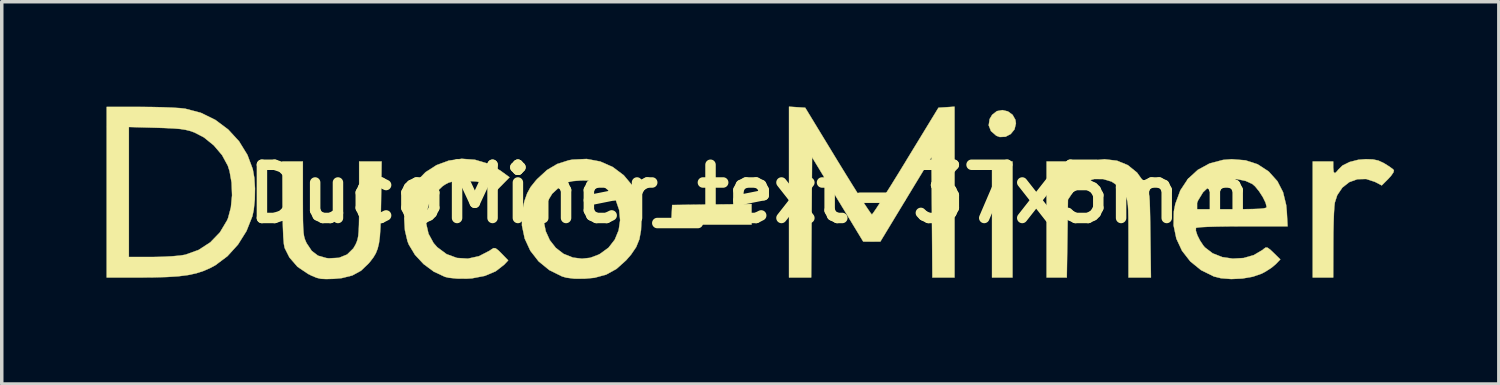
<source format=kicad_pcb>
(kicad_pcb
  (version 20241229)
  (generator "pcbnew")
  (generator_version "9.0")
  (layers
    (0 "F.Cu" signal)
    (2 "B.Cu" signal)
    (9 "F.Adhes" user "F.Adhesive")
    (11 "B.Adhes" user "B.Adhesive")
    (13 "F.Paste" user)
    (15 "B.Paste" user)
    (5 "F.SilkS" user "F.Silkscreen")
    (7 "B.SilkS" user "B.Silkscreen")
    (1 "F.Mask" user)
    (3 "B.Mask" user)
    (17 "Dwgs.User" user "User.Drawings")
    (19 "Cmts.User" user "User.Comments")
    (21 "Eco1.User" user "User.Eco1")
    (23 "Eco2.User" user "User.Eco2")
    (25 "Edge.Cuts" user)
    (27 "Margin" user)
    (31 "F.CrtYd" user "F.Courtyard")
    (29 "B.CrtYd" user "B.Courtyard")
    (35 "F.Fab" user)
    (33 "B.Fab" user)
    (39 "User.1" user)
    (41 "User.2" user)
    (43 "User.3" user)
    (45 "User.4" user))
  (footprint "DucoMiner_text-37x5mm"
    (layer "F.Cu")
    (at 18.42 2.502)
    (property "Reference" "DucoMiner_text-37x5mm" (at 0 0 0) (layer "F.SilkS") (effects (font (size 1.524 1.524) (thickness 0.3))))
    (attr through_hole)
    (fp_poly (pts (xy 7.522 2.393) (xy 6.936 2.393) (xy 6.936 -0.928) (xy 7.522 -0.928) (xy 7.522 2.393)) (stroke (width 0.01) (type solid)) (fill yes) (layer "F.SilkS"))
    (fp_poly (pts (xy 0.049 0.879) (xy -2.252 0.879) (xy -2.237 0.598) (xy -2.223 0.318) (xy -1.087 0.304) (xy 0.049 0.291) (xy 0.049 0.879)) (stroke (width 0.01) (type solid)) (fill yes) (layer "F.SilkS"))
    (fp_poly (pts (xy 7.391 -2.362) (xy 7.523 -2.266) (xy 7.605 -2.122) (xy 7.62 -2.017) (xy 7.579 -1.847) (xy 7.471 -1.715) (xy 7.323 -1.637) (xy 7.158 -1.629) (xy 7.058 -1.666) (xy 6.906 -1.799) (xy 6.841 -1.963) (xy 6.867 -2.142) (xy 6.94 -2.265) (xy 7.075 -2.37) (xy 7.234 -2.399) (xy 7.391 -2.362)) (stroke (width 0.01) (type solid)) (fill yes) (layer "F.SilkS"))
    (fp_poly (pts (xy 5.862 2.393) (xy 5.228 2.393) (xy 5.215 0.672) (xy 5.202 -1.05) (xy 4.469 0.158) (xy 3.737 1.367) (xy 3.493 1.366) (xy 3.248 1.365) (xy 2.516 0.158) (xy 1.783 -1.05) (xy 1.77 0.672) (xy 1.757 2.393) (xy 1.123 2.393) (xy 1.123 -2.497) (xy 1.355 -2.482) (xy 1.587 -2.467) (xy 2.519 -0.935) (xy 2.733 -0.587) (xy 2.931 -0.267) (xy 3.109 0.016) (xy 3.261 0.253) (xy 3.38 0.433) (xy 3.46 0.549) (xy 3.496 0.591) (xy 3.497 0.591) (xy 3.531 0.549) (xy 3.611 0.433) (xy 3.729 0.252) (xy 3.879 0.016) (xy 4.057 -0.267) (xy 4.255 -0.587) (xy 4.468 -0.935) (xy 4.471 -0.941) (xy 5.402 -2.467) (xy 5.632 -2.482) (xy 5.862 -2.497) (xy 5.862 2.393)) (stroke (width 0.01) (type solid)) (fill yes) (layer "F.SilkS"))
    (fp_poly (pts (xy 17.841 -0.987) (xy 17.996 -0.955) (xy 18.146 -0.886) (xy 18.183 -0.864) (xy 18.317 -0.78) (xy 18.414 -0.708) (xy 18.443 -0.678) (xy 18.43 -0.617) (xy 18.36 -0.516) (xy 18.286 -0.434) (xy 18.095 -0.243) (xy 17.901 -0.345) (xy 17.649 -0.427) (xy 17.398 -0.421) (xy 17.165 -0.337) (xy 16.967 -0.181) (xy 16.82 0.037) (xy 16.751 0.251) (xy 16.738 0.367) (xy 16.726 0.56) (xy 16.717 0.813) (xy 16.71 1.105) (xy 16.708 1.418) (xy 16.708 1.429) (xy 16.705 2.393) (xy 16.119 2.393) (xy 16.119 -0.928) (xy 16.705 -0.928) (xy 16.705 -0.757) (xy 16.718 -0.628) (xy 16.756 -0.592) (xy 16.819 -0.651) (xy 16.84 -0.683) (xy 16.971 -0.812) (xy 17.175 -0.913) (xy 17.426 -0.977) (xy 17.636 -0.994) (xy 17.841 -0.987)) (stroke (width 0.01) (type solid)) (fill yes) (layer "F.SilkS"))
    (fp_poly (pts (xy 10.515 -0.95) (xy 10.825 -0.823) (xy 11.088 -0.61) (xy 11.302 -0.312) (xy 11.323 -0.273) (xy 11.364 -0.194) (xy 11.395 -0.121) (xy 11.419 -0.04) (xy 11.436 0.062) (xy 11.448 0.2) (xy 11.456 0.386) (xy 11.462 0.634) (xy 11.467 0.959) (xy 11.47 1.185) (xy 11.486 2.393) (xy 10.844 2.393) (xy 10.844 1.302) (xy 10.843 0.946) (xy 10.841 0.674) (xy 10.836 0.471) (xy 10.827 0.321) (xy 10.812 0.212) (xy 10.791 0.129) (xy 10.761 0.057) (xy 10.731 -0.002) (xy 10.57 -0.212) (xy 10.359 -0.353) (xy 10.117 -0.425) (xy 9.863 -0.426) (xy 9.616 -0.356) (xy 9.395 -0.214) (xy 9.247 -0.044) (xy 9.11 0.164) (xy 9.094 1.279) (xy 9.077 2.393) (xy 8.499 2.393) (xy 8.499 -0.928) (xy 9.085 -0.928) (xy 9.085 -0.733) (xy 9.09 -0.61) (xy 9.102 -0.542) (xy 9.107 -0.537) (xy 9.153 -0.568) (xy 9.24 -0.642) (xy 9.266 -0.666) (xy 9.534 -0.852) (xy 9.855 -0.962) (xy 10.159 -0.992) (xy 10.515 -0.95)) (stroke (width 0.01) (type solid)) (fill yes) (layer "F.SilkS"))
    (fp_poly (pts (xy -12.798 0.136) (xy -12.797 0.488) (xy -12.795 0.756) (xy -12.789 0.957) (xy -12.779 1.103) (xy -12.764 1.211) (xy -12.741 1.295) (xy -12.71 1.37) (xy -12.688 1.416) (xy -12.543 1.633) (xy -12.364 1.769) (xy -12.129 1.836) (xy -12.051 1.845) (xy -11.764 1.83) (xy -11.53 1.735) (xy -11.352 1.56) (xy -11.289 1.452) (xy -11.255 1.375) (xy -11.229 1.295) (xy -11.211 1.197) (xy -11.199 1.065) (xy -11.191 0.887) (xy -11.187 0.646) (xy -11.186 0.328) (xy -11.186 0.156) (xy -11.186 -0.928) (xy -10.543 -0.928) (xy -10.559 0.232) (xy -10.566 0.638) (xy -10.577 0.961) (xy -10.593 1.215) (xy -10.619 1.413) (xy -10.657 1.57) (xy -10.709 1.701) (xy -10.779 1.819) (xy -10.87 1.938) (xy -10.915 1.991) (xy -11.131 2.198) (xy -11.381 2.335) (xy -11.684 2.411) (xy -11.915 2.432) (xy -12.127 2.438) (xy -12.277 2.431) (xy -12.402 2.402) (xy -12.538 2.346) (xy -12.645 2.293) (xy -12.95 2.088) (xy -13.183 1.819) (xy -13.319 1.548) (xy -13.341 1.434) (xy -13.358 1.226) (xy -13.37 0.926) (xy -13.378 0.538) (xy -13.38 0.232) (xy -13.384 -0.928) (xy -12.798 -0.928) (xy -12.798 0.136)) (stroke (width 0.01) (type solid)) (fill yes) (layer "F.SilkS"))
    (fp_poly (pts (xy -7.87 -0.977) (xy -7.498 -0.866) (xy -7.145 -0.669) (xy -7.123 -0.653) (xy -6.88 -0.475) (xy -7.289 -0.059) (xy -7.507 -0.212) (xy -7.62 -0.287) (xy -7.718 -0.333) (xy -7.832 -0.356) (xy -7.992 -0.365) (xy -8.157 -0.366) (xy -8.37 -0.364) (xy -8.516 -0.352) (xy -8.623 -0.323) (xy -8.722 -0.271) (xy -8.8 -0.218) (xy -9.024 -0.005) (xy -9.178 0.256) (xy -9.259 0.547) (xy -9.267 0.849) (xy -9.2 1.142) (xy -9.055 1.408) (xy -8.95 1.527) (xy -8.683 1.725) (xy -8.386 1.834) (xy -8.073 1.854) (xy -7.755 1.784) (xy -7.446 1.624) (xy -7.398 1.589) (xy -7.335 1.552) (xy -7.278 1.558) (xy -7.201 1.616) (xy -7.107 1.709) (xy -6.918 1.904) (xy -7.034 2.027) (xy -7.275 2.215) (xy -7.587 2.347) (xy -7.956 2.418) (xy -8.105 2.427) (xy -8.385 2.425) (xy -8.618 2.401) (xy -8.728 2.375) (xy -9.047 2.227) (xy -9.34 2.01) (xy -9.587 1.745) (xy -9.764 1.451) (xy -9.802 1.354) (xy -9.875 1.043) (xy -9.896 0.699) (xy -9.866 0.358) (xy -9.787 0.057) (xy -9.76 -0.01) (xy -9.552 -0.349) (xy -9.284 -0.622) (xy -8.969 -0.824) (xy -8.619 -0.953) (xy -8.249 -1.005) (xy -7.87 -0.977)) (stroke (width 0.01) (type solid)) (fill yes) (layer "F.SilkS"))
    (fp_poly (pts (xy -17.45 -2.491) (xy -17.128 -2.488) (xy -16.817 -2.481) (xy -16.538 -2.47) (xy -16.313 -2.456) (xy -16.168 -2.44) (xy -15.719 -2.322) (xy -15.304 -2.119) (xy -14.936 -1.844) (xy -14.625 -1.506) (xy -14.385 -1.116) (xy -14.232 -0.708) (xy -14.188 -0.459) (xy -14.169 -0.156) (xy -14.174 0.16) (xy -14.204 0.452) (xy -14.243 0.638) (xy -14.413 1.065) (xy -14.656 1.452) (xy -14.957 1.783) (xy -15.305 2.044) (xy -15.446 2.12) (xy -15.645 2.207) (xy -15.853 2.274) (xy -16.087 2.324) (xy -16.361 2.359) (xy -16.692 2.38) (xy -17.094 2.391) (xy -17.401 2.393) (xy -18.415 2.393) (xy -18.415 1.807) (xy -17.78 1.807) (xy -17.108 1.807) (xy -16.812 1.801) (xy -16.536 1.786) (xy -16.305 1.765) (xy -16.161 1.741) (xy -15.782 1.604) (xy -15.448 1.387) (xy -15.173 1.102) (xy -14.969 0.761) (xy -14.939 0.691) (xy -14.859 0.39) (xy -14.825 0.041) (xy -14.838 -0.32) (xy -14.897 -0.654) (xy -14.946 -0.806) (xy -15.111 -1.11) (xy -15.348 -1.389) (xy -15.631 -1.618) (xy -15.9 -1.758) (xy -16.027 -1.803) (xy -16.157 -1.835) (xy -16.31 -1.859) (xy -16.507 -1.875) (xy -16.767 -1.887) (xy -16.986 -1.894) (xy -17.78 -1.916) (xy -17.78 1.807) (xy -18.415 1.807) (xy -18.415 -2.491) (xy -17.45 -2.491)) (stroke (width 0.01) (type solid)) (fill yes) (layer "F.SilkS"))
    (fp_poly (pts (xy -4.281 -0.927) (xy -3.923 -0.769) (xy -3.609 -0.533) (xy -3.35 -0.224) (xy -3.27 -0.089) (xy -3.193 0.06) (xy -3.144 0.181) (xy -3.117 0.305) (xy -3.105 0.463) (xy -3.102 0.685) (xy -3.102 0.708) (xy -3.115 1.036) (xy -3.162 1.298) (xy -3.254 1.523) (xy -3.401 1.739) (xy -3.544 1.903) (xy -3.818 2.148) (xy -4.113 2.311) (xy -4.45 2.402) (xy -4.734 2.428) (xy -5.026 2.427) (xy -5.249 2.399) (xy -5.373 2.364) (xy -5.741 2.182) (xy -6.047 1.932) (xy -6.284 1.628) (xy -6.445 1.28) (xy -6.525 0.901) (xy -6.523 0.797) (xy -5.898 0.797) (xy -5.843 1.071) (xy -5.727 1.326) (xy -5.556 1.545) (xy -5.334 1.716) (xy -5.064 1.824) (xy -4.805 1.855) (xy -4.571 1.83) (xy -4.337 1.742) (xy -4.293 1.72) (xy -4.045 1.54) (xy -3.866 1.309) (xy -3.755 1.041) (xy -3.713 0.754) (xy -3.739 0.465) (xy -3.833 0.19) (xy -3.995 -0.054) (xy -4.224 -0.25) (xy -4.311 -0.299) (xy -4.446 -0.356) (xy -4.589 -0.383) (xy -4.778 -0.386) (xy -4.865 -0.383) (xy -5.072 -0.366) (xy -5.219 -0.333) (xy -5.346 -0.273) (xy -5.431 -0.217) (xy -5.659 -0.005) (xy -5.81 0.244) (xy -5.889 0.516) (xy -5.898 0.797) (xy -6.523 0.797) (xy -6.518 0.503) (xy -6.453 0.203) (xy -6.374 -0.017) (xy -6.276 -0.196) (xy -6.131 -0.377) (xy -6.086 -0.427) (xy -5.808 -0.683) (xy -5.516 -0.856) (xy -5.183 -0.962) (xy -5.078 -0.981) (xy -4.671 -1) (xy -4.281 -0.927)) (stroke (width 0.01) (type solid)) (fill yes) (layer "F.SilkS"))
    (fp_poly (pts (xy 14.194 -0.961) (xy 14.539 -0.849) (xy 14.841 -0.653) (xy 14.867 -0.631) (xy 15.107 -0.364) (xy 15.269 -0.049) (xy 15.359 0.322) (xy 15.377 0.52) (xy 15.399 0.928) (xy 14.101 0.928) (xy 13.715 0.93) (xy 13.382 0.935) (xy 13.112 0.943) (xy 12.915 0.953) (xy 12.801 0.966) (xy 12.775 0.975) (xy 12.773 1.056) (xy 12.816 1.187) (xy 12.892 1.337) (xy 12.986 1.479) (xy 13.032 1.533) (xy 13.254 1.702) (xy 13.529 1.81) (xy 13.832 1.854) (xy 14.141 1.836) (xy 14.431 1.753) (xy 14.681 1.606) (xy 14.715 1.576) (xy 14.771 1.536) (xy 14.825 1.54) (xy 14.902 1.596) (xy 14.997 1.686) (xy 15.191 1.876) (xy 15.058 2.014) (xy 14.939 2.114) (xy 14.773 2.221) (xy 14.658 2.283) (xy 14.407 2.37) (xy 14.104 2.423) (xy 13.786 2.438) (xy 13.489 2.414) (xy 13.29 2.365) (xy 12.92 2.182) (xy 12.613 1.933) (xy 12.376 1.628) (xy 12.214 1.28) (xy 12.135 0.9) (xy 12.143 0.5) (xy 12.155 0.44) (xy 12.742 0.44) (xy 13.771 0.44) (xy 14.127 0.438) (xy 14.395 0.434) (xy 14.586 0.427) (xy 14.711 0.415) (xy 14.779 0.399) (xy 14.8 0.377) (xy 14.8 0.376) (xy 14.77 0.254) (xy 14.691 0.093) (xy 14.584 -0.074) (xy 14.468 -0.216) (xy 14.389 -0.285) (xy 14.195 -0.373) (xy 13.949 -0.423) (xy 13.693 -0.432) (xy 13.466 -0.394) (xy 13.46 -0.392) (xy 13.198 -0.256) (xy 12.978 -0.046) (xy 12.817 0.218) (xy 12.776 0.33) (xy 12.742 0.44) (xy 12.155 0.44) (xy 12.184 0.289) (xy 12.329 -0.102) (xy 12.546 -0.429) (xy 12.827 -0.687) (xy 13.165 -0.871) (xy 13.552 -0.973) (xy 13.799 -0.993) (xy 14.194 -0.961)) (stroke (width 0.01) (type solid)) (fill yes) (layer "F.SilkS")))
  (gr_rect
    (start -3 -3)
    (end 39.868 7.945)
    (stroke (width 0.1) (type default))
    (fill no)
    (layer "Edge.Cuts")))
</source>
